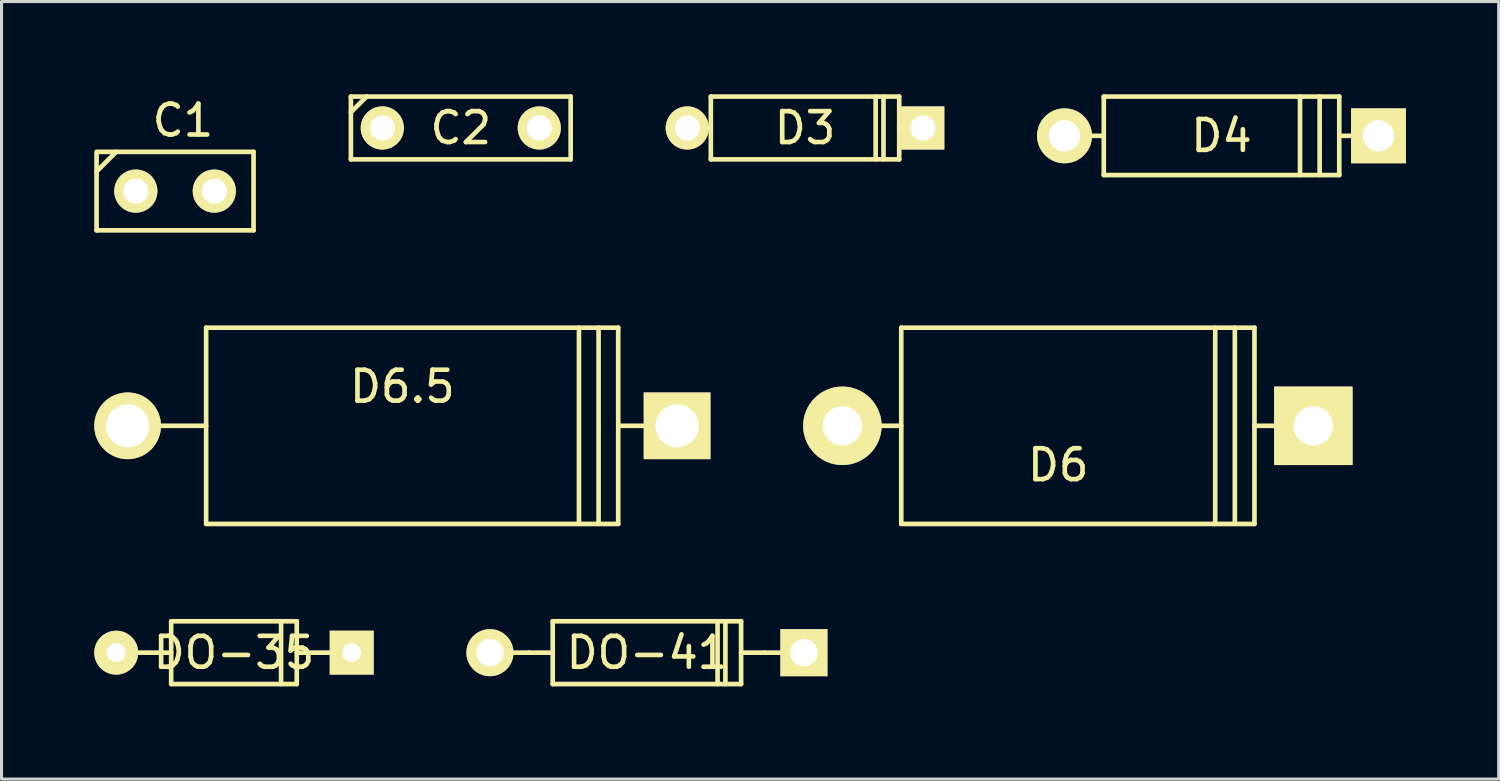
<source format=kicad_pcb>
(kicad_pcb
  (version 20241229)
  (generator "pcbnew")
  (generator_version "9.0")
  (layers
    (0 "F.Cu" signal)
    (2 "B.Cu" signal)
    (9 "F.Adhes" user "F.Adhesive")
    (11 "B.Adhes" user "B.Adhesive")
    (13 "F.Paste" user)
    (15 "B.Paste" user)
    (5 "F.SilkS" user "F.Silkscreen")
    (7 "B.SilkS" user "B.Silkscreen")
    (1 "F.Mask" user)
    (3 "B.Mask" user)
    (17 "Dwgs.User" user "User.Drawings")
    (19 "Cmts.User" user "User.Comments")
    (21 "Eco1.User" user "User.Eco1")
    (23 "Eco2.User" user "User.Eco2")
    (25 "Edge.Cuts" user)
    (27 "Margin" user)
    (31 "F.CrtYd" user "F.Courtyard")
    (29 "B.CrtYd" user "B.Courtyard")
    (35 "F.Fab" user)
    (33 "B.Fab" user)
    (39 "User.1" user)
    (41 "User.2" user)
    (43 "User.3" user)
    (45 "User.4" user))
  (footprint "D4"
    (layer "F.Cu")
    (at 36.478 1.345)
    (property "Reference" "D4" (at 0 0 0) (layer "F.SilkS") (effects (font (size 1 1) (thickness 0.15))))
    (attr through_hole)
    (fp_line (start -3.81 -1.27) (end 3.81 -1.27) (stroke (width 0.15) (type solid)) (layer "F.SilkS"))
    (fp_line (start -3.81 0) (end -5.08 0) (stroke (width 0.15) (type solid)) (layer "F.SilkS"))
    (fp_line (start -3.81 1.27) (end -3.81 -1.27) (stroke (width 0.15) (type solid)) (layer "F.SilkS"))
    (fp_line (start 2.54 1.27) (end 2.54 -1.27) (stroke (width 0.15) (type solid)) (layer "F.SilkS"))
    (fp_line (start 3.175 -1.27) (end 3.175 1.27) (stroke (width 0.15) (type solid)) (layer "F.SilkS"))
    (fp_line (start 3.81 -1.27) (end 3.81 1.27) (stroke (width 0.15) (type solid)) (layer "F.SilkS"))
    (fp_line (start 3.81 0) (end 5.08 0) (stroke (width 0.15) (type solid)) (layer "F.SilkS"))
    (fp_line (start 3.81 1.27) (end -3.81 1.27) (stroke (width 0.15) (type solid)) (layer "F.SilkS"))
    (pad "1" thru_hole circle (at -5.08 0) (size 1.778 1.778) (drill 1.016) (layers "*.Cu" "*.Mask" "F.SilkS"))
    (pad "2" thru_hole rect (at 5.08 0) (size 1.778 1.778) (drill 1.016) (layers "*.Cu" "*.Mask" "F.SilkS")))
  (footprint "C2"
    (layer "F.Cu")
    (at 11.861 1.091)
    (property "Reference" "C2" (at 0 0 0) (layer "F.SilkS") (effects (font (size 1 1) (thickness 0.15))))
    (attr through_hole)
    (fp_line (start -3.556 -1.016) (end 3.556 -1.016) (stroke (width 0.15) (type solid)) (layer "F.SilkS"))
    (fp_line (start -3.556 -0.508) (end -3.048 -1.016) (stroke (width 0.15) (type solid)) (layer "F.SilkS"))
    (fp_line (start -3.556 1.016) (end -3.556 -1.016) (stroke (width 0.15) (type solid)) (layer "F.SilkS"))
    (fp_line (start 3.556 -1.016) (end 3.556 1.016) (stroke (width 0.15) (type solid)) (layer "F.SilkS"))
    (fp_line (start 3.556 1.016) (end -3.556 1.016) (stroke (width 0.15) (type solid)) (layer "F.SilkS"))
    (pad "1" thru_hole circle (at -2.54 0) (size 1.397 1.397) (drill 0.813) (layers "*.Cu" "*.Mask" "F.SilkS"))
    (pad "2" thru_hole circle (at 2.54 0) (size 1.397 1.397) (drill 0.813) (layers "*.Cu" "*.Mask" "F.SilkS")))
  (footprint "DO-41"
    (layer "F.Cu")
    (at 17.884 18.07)
    (property "Reference" "DO-41" (at 0 0 0) (layer "F.SilkS") (effects (font (size 1 1) (thickness 0.15))))
    (attr through_hole)
    (fp_line (start -3.81 0) (end -5.08 0) (stroke (width 0.15) (type solid)) (layer "F.SilkS"))
    (fp_line (start -3.048 -1.016) (end -3.048 0) (stroke (width 0.15) (type solid)) (layer "F.SilkS"))
    (fp_line (start -3.048 0) (end -3.81 0) (stroke (width 0.15) (type solid)) (layer "F.SilkS"))
    (fp_line (start -3.048 0) (end -3.048 1.016) (stroke (width 0.15) (type solid)) (layer "F.SilkS"))
    (fp_line (start -3.048 1.016) (end 3.048 1.016) (stroke (width 0.15) (type solid)) (layer "F.SilkS"))
    (fp_line (start 2.286 1.016) (end 2.286 -1.016) (stroke (width 0.15) (type solid)) (layer "F.SilkS"))
    (fp_line (start 2.54 -1.016) (end 2.54 1.016) (stroke (width 0.15) (type solid)) (layer "F.SilkS"))
    (fp_line (start 3.048 -1.016) (end -3.048 -1.016) (stroke (width 0.15) (type solid)) (layer "F.SilkS"))
    (fp_line (start 3.048 0) (end 3.048 -1.016) (stroke (width 0.15) (type solid)) (layer "F.SilkS"))
    (fp_line (start 3.048 1.016) (end 3.048 0) (stroke (width 0.15) (type solid)) (layer "F.SilkS"))
    (fp_line (start 3.81 0) (end 3.048 0) (stroke (width 0.15) (type solid)) (layer "F.SilkS"))
    (fp_line (start 3.81 0) (end 5.08 0) (stroke (width 0.15) (type solid)) (layer "F.SilkS"))
    (pad "1" thru_hole circle (at -5.08 0) (size 1.524 1.524) (drill 0.889) (layers "*.Cu" "*.Mask" "F.SilkS"))
    (pad "2" thru_hole rect (at 5.08 0) (size 1.524 1.524) (drill 0.889) (layers "*.Cu" "*.Mask" "F.SilkS")))
  (footprint "DO-35"
    (layer "F.Cu")
    (at 4.521 18.07)
    (property "Reference" "DO-35" (at 0 0 0) (layer "F.SilkS") (effects (font (size 1 1) (thickness 0.15))))
    (attr through_hole)
    (fp_line (start -2.032 -1.016) (end -2.032 1.016) (stroke (width 0.15) (type solid)) (layer "F.SilkS"))
    (fp_line (start -2.032 0) (end -3.81 0) (stroke (width 0.15) (type solid)) (layer "F.SilkS"))
    (fp_line (start -2.032 1.016) (end 2.032 1.016) (stroke (width 0.15) (type solid)) (layer "F.SilkS"))
    (fp_line (start 1.524 -1.016) (end 1.524 1.016) (stroke (width 0.15) (type solid)) (layer "F.SilkS"))
    (fp_line (start 2.032 -1.016) (end -2.032 -1.016) (stroke (width 0.15) (type solid)) (layer "F.SilkS"))
    (fp_line (start 2.032 0) (end 3.81 0) (stroke (width 0.15) (type solid)) (layer "F.SilkS"))
    (fp_line (start 2.032 1.016) (end 2.032 -1.016) (stroke (width 0.15) (type solid)) (layer "F.SilkS"))
    (pad "1" thru_hole circle (at -3.81 0) (size 1.422 1.422) (drill 0.61) (layers "*.Cu" "*.Mask" "F.SilkS"))
    (pad "2" thru_hole rect (at 3.81 0) (size 1.422 1.422) (drill 0.61) (layers "*.Cu" "*.Mask" "F.SilkS")))
  (footprint "D6"
    (layer "F.Cu")
    (at 31.829 10.729)
    (property "Reference" "D6" (at -0.635 1.27 0) (layer "F.SilkS") (effects (font (size 1 1) (thickness 0.15))))
    (attr through_hole)
    (fp_line (start -5.715 -3.175) (end -5.715 3.175) (stroke (width 0.15) (type solid)) (layer "F.SilkS"))
    (fp_line (start -5.715 0) (end -7.62 0) (stroke (width 0.15) (type solid)) (layer "F.SilkS"))
    (fp_line (start -5.715 3.175) (end 5.715 3.175) (stroke (width 0.15) (type solid)) (layer "F.SilkS"))
    (fp_line (start 4.445 3.175) (end 4.445 -3.175) (stroke (width 0.15) (type solid)) (layer "F.SilkS"))
    (fp_line (start 5.08 -3.175) (end 5.08 3.175) (stroke (width 0.15) (type solid)) (layer "F.SilkS"))
    (fp_line (start 5.715 -3.175) (end -5.715 -3.175) (stroke (width 0.15) (type solid)) (layer "F.SilkS"))
    (fp_line (start 5.715 0) (end 7.62 0) (stroke (width 0.15) (type solid)) (layer "F.SilkS"))
    (fp_line (start 5.715 3.175) (end 5.715 -3.175) (stroke (width 0.15) (type solid)) (layer "F.SilkS"))
    (pad "1" thru_hole circle (at -7.62 0) (size 2.54 2.54) (drill 1.27) (layers "*.Cu" "*.Mask" "F.SilkS"))
    (pad "2" thru_hole rect (at 7.62 0) (size 2.54 2.54) (drill 1.27) (layers "*.Cu" "*.Mask" "F.SilkS")))
  (footprint "D6.5"
    (layer "F.Cu")
    (at 9.97 10.729)
    (property "Reference" "D6.5" (at 0 -1.27 0) (layer "F.SilkS") (effects (font (size 1 1) (thickness 0.15))))
    (attr through_hole)
    (fp_line (start -8.89 0) (end -6.35 0) (stroke (width 0.15) (type solid)) (layer "F.SilkS"))
    (fp_line (start -6.35 -3.175) (end 6.985 -3.175) (stroke (width 0.15) (type solid)) (layer "F.SilkS"))
    (fp_line (start -6.35 3.175) (end -6.35 -3.175) (stroke (width 0.15) (type solid)) (layer "F.SilkS"))
    (fp_line (start 5.715 3.175) (end 5.715 -3.175) (stroke (width 0.15) (type solid)) (layer "F.SilkS"))
    (fp_line (start 6.35 -3.175) (end 6.35 3.175) (stroke (width 0.15) (type solid)) (layer "F.SilkS"))
    (fp_line (start 6.985 0) (end 8.89 0) (stroke (width 0.15) (type solid)) (layer "F.SilkS"))
    (fp_line (start 6.985 3.175) (end -6.35 3.175) (stroke (width 0.15) (type solid)) (layer "F.SilkS"))
    (fp_line (start 6.985 3.175) (end 6.985 -3.175) (stroke (width 0.15) (type solid)) (layer "F.SilkS"))
    (pad "1" thru_hole circle (at -8.89 0) (size 2.159 2.159) (drill 1.397) (layers "*.Cu" "*.Mask" "F.SilkS"))
    (pad "2" thru_hole rect (at 8.89 0) (size 2.159 2.159) (drill 1.397) (layers "*.Cu" "*.Mask" "F.SilkS")))
  (footprint "D3"
    (layer "F.Cu")
    (at 23 1.091)
    (property "Reference" "D3" (at 0 0 0) (layer "F.SilkS") (effects (font (size 1 1) (thickness 0.15))))
    (attr through_hole)
    (fp_line (start -3.048 -1.016) (end -3.048 0) (stroke (width 0.15) (type solid)) (layer "F.SilkS"))
    (fp_line (start -3.048 0) (end -3.81 0) (stroke (width 0.15) (type solid)) (layer "F.SilkS"))
    (fp_line (start -3.048 0) (end -3.048 1.016) (stroke (width 0.15) (type solid)) (layer "F.SilkS"))
    (fp_line (start -3.048 1.016) (end 3.048 1.016) (stroke (width 0.15) (type solid)) (layer "F.SilkS"))
    (fp_line (start 2.286 1.016) (end 2.286 -1.016) (stroke (width 0.15) (type solid)) (layer "F.SilkS"))
    (fp_line (start 2.54 -1.016) (end 2.54 1.016) (stroke (width 0.15) (type solid)) (layer "F.SilkS"))
    (fp_line (start 3.048 -1.016) (end -3.048 -1.016) (stroke (width 0.15) (type solid)) (layer "F.SilkS"))
    (fp_line (start 3.048 0) (end 3.048 -1.016) (stroke (width 0.15) (type solid)) (layer "F.SilkS"))
    (fp_line (start 3.048 1.016) (end 3.048 0) (stroke (width 0.15) (type solid)) (layer "F.SilkS"))
    (fp_line (start 3.81 0) (end 3.048 0) (stroke (width 0.15) (type solid)) (layer "F.SilkS"))
    (pad "1" thru_hole circle (at -3.81 0) (size 1.397 1.397) (drill 0.813) (layers "*.Cu" "*.Mask" "F.SilkS"))
    (pad "2" thru_hole rect (at 3.81 0) (size 1.397 1.397) (drill 0.813) (layers "*.Cu" "*.Mask" "F.SilkS")))
  (footprint "C1"
    (layer "F.Cu")
    (at 2.615 3.134)
    (property "Reference" "C1" (at 0.254 -2.286 0) (layer "F.SilkS") (effects (font (size 1 1) (thickness 0.15))))
    (attr through_hole)
    (fp_line (start -2.54 -0.635) (end -1.905 -1.27) (stroke (width 0.15) (type solid)) (layer "F.SilkS"))
    (fp_line (start -2.54 1.27) (end -2.54 -1.27) (stroke (width 0.15) (type solid)) (layer "F.SilkS"))
    (fp_line (start -2.489 -1.27) (end 2.54 -1.27) (stroke (width 0.15) (type solid)) (layer "F.SilkS"))
    (fp_line (start 2.54 -1.27) (end 2.54 1.27) (stroke (width 0.15) (type solid)) (layer "F.SilkS"))
    (fp_line (start 2.54 1.27) (end -2.54 1.27) (stroke (width 0.15) (type solid)) (layer "F.SilkS"))
    (pad "1" thru_hole circle (at -1.27 0) (size 1.397 1.397) (drill 0.813) (layers "*.Cu" "*.Mask" "F.SilkS"))
    (pad "2" thru_hole circle (at 1.27 0) (size 1.397 1.397) (drill 0.813) (layers "*.Cu" "*.Mask" "F.SilkS")))
  (gr_rect
    (start -3 -3)
    (end 45.447 22.161)
    (stroke (width 0.1) (type default))
    (fill no)
    (layer "Edge.Cuts")))
</source>
